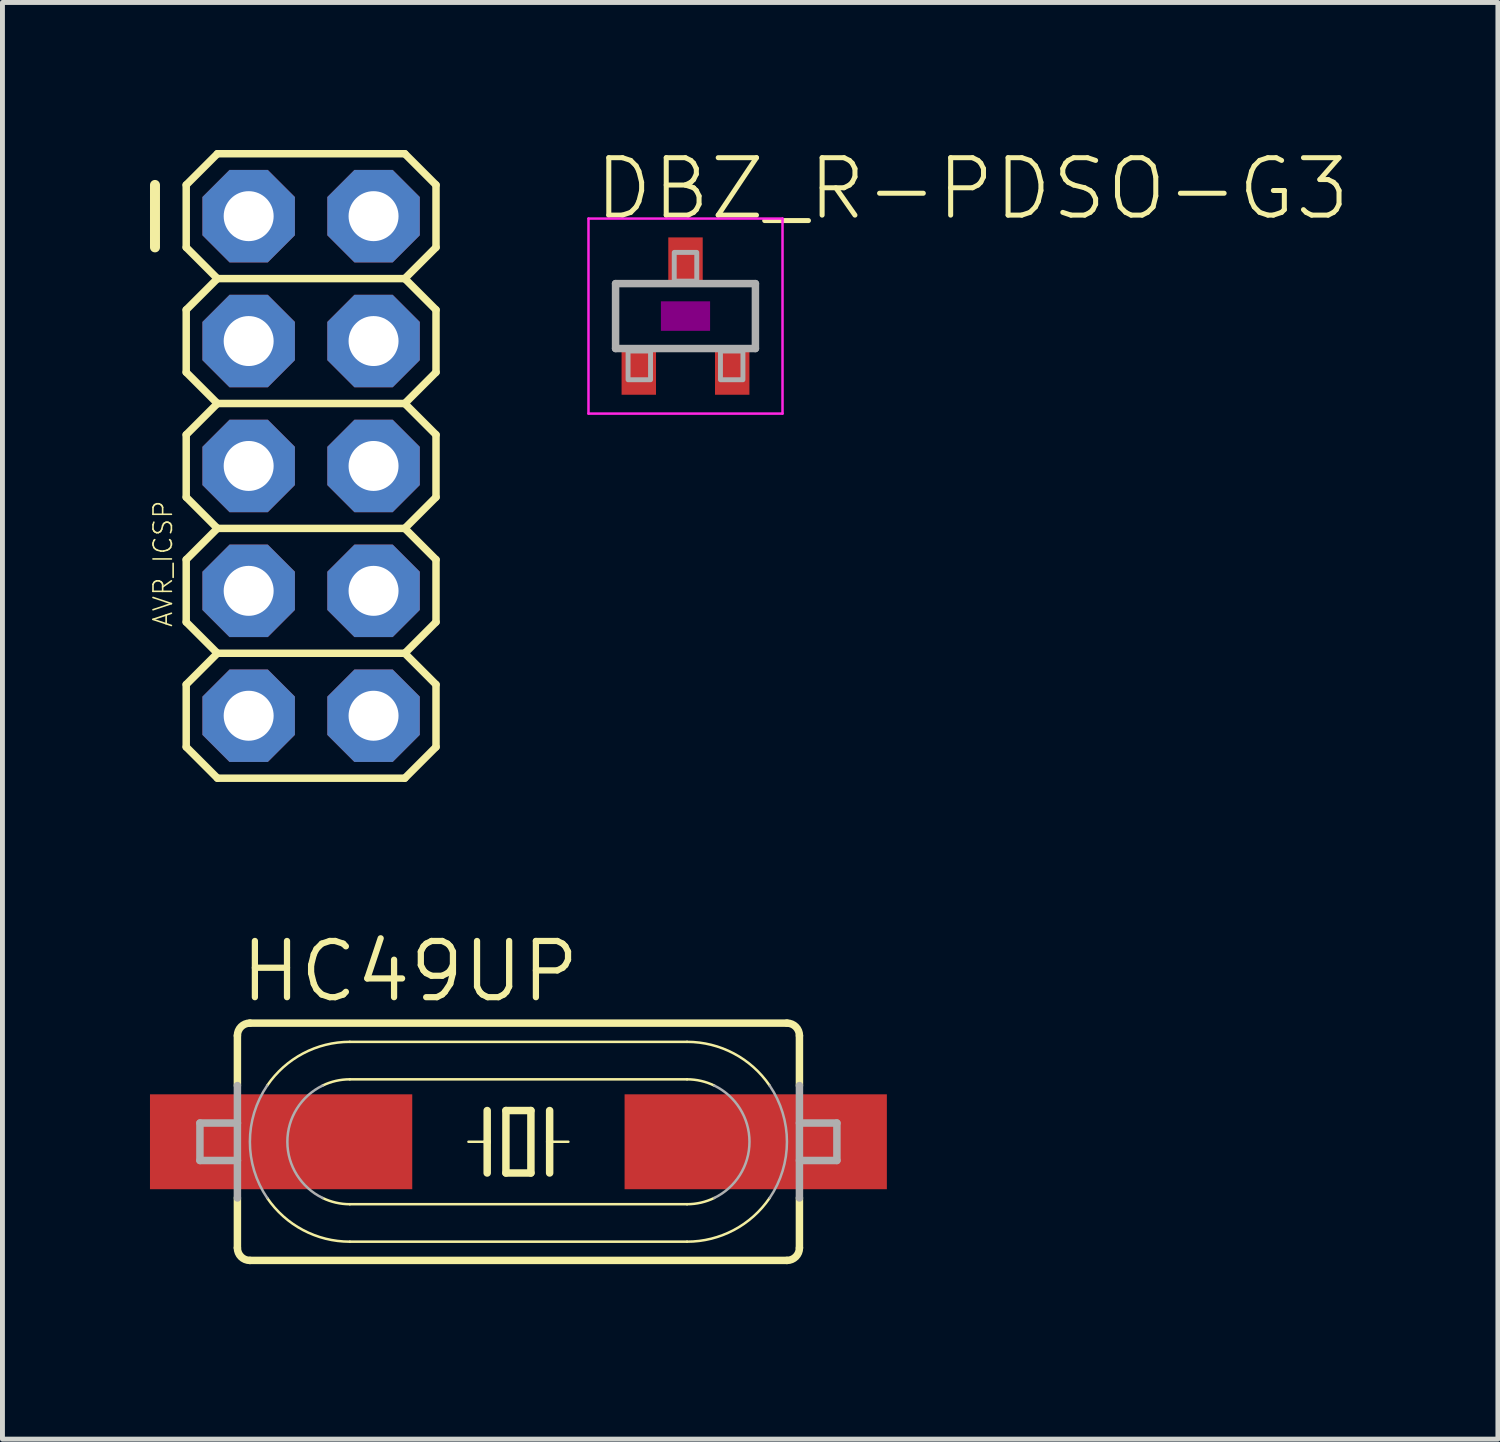
<source format=kicad_pcb>
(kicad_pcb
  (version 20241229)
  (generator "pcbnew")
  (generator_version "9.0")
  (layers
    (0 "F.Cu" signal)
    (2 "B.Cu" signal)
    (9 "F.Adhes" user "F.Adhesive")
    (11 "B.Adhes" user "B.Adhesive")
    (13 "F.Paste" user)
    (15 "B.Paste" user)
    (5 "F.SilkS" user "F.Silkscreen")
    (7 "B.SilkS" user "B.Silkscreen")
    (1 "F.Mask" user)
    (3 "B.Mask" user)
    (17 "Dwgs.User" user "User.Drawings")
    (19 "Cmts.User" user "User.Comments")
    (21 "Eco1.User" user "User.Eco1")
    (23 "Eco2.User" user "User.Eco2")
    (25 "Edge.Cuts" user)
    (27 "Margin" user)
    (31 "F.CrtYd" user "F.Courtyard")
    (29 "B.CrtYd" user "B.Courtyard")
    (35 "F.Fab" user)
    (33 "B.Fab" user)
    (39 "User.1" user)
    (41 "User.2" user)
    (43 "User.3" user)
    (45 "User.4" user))
  (footprint "AVR_ICSP"
    (layer "F.Cu")
    (at 3.277 6.426)
    (property "Reference" "AVR_ICSP" (at -2.794 3.302 90) (layer "F.SilkS") (effects (font (size 0.374 0.374) (thickness 0.033)) (justify left bottom)))
    (fp_line (start -3.175 -5.715) (end -3.175 -4.445) (stroke (width 0.203) (type solid)) (layer "F.SilkS"))
    (fp_line (start -2.54 -5.715) (end -2.54 -4.445) (stroke (width 0.152) (type solid)) (layer "F.SilkS"))
    (fp_line (start -2.54 -4.445) (end -1.905 -3.81) (stroke (width 0.152) (type solid)) (layer "F.SilkS"))
    (fp_line (start -2.54 -3.175) (end -2.54 -1.905) (stroke (width 0.152) (type solid)) (layer "F.SilkS"))
    (fp_line (start -2.54 -1.905) (end -1.905 -1.27) (stroke (width 0.152) (type solid)) (layer "F.SilkS"))
    (fp_line (start -2.54 -0.635) (end -2.54 0.635) (stroke (width 0.152) (type solid)) (layer "F.SilkS"))
    (fp_line (start -2.54 0.635) (end -1.905 1.27) (stroke (width 0.152) (type solid)) (layer "F.SilkS"))
    (fp_line (start -2.54 1.905) (end -2.54 3.175) (stroke (width 0.152) (type solid)) (layer "F.SilkS"))
    (fp_line (start -2.54 3.175) (end -1.905 3.81) (stroke (width 0.152) (type solid)) (layer "F.SilkS"))
    (fp_line (start -2.54 4.445) (end -2.54 5.715) (stroke (width 0.152) (type solid)) (layer "F.SilkS"))
    (fp_line (start -2.54 5.715) (end -1.905 6.35) (stroke (width 0.152) (type solid)) (layer "F.SilkS"))
    (fp_line (start -1.905 -6.35) (end -2.54 -5.715) (stroke (width 0.152) (type solid)) (layer "F.SilkS"))
    (fp_line (start -1.905 -6.35) (end 1.905 -6.35) (stroke (width 0.152) (type solid)) (layer "F.SilkS"))
    (fp_line (start -1.905 -3.81) (end -2.54 -3.175) (stroke (width 0.152) (type solid)) (layer "F.SilkS"))
    (fp_line (start -1.905 -1.27) (end -2.54 -0.635) (stroke (width 0.152) (type solid)) (layer "F.SilkS"))
    (fp_line (start -1.905 1.27) (end -2.54 1.905) (stroke (width 0.152) (type solid)) (layer "F.SilkS"))
    (fp_line (start -1.905 3.81) (end -2.54 4.445) (stroke (width 0.152) (type solid)) (layer "F.SilkS"))
    (fp_line (start 1.905 -6.35) (end 2.54 -5.715) (stroke (width 0.152) (type solid)) (layer "F.SilkS"))
    (fp_line (start 1.905 -3.81) (end -1.905 -3.81) (stroke (width 0.152) (type solid)) (layer "F.SilkS"))
    (fp_line (start 1.905 -3.81) (end 2.54 -3.175) (stroke (width 0.152) (type solid)) (layer "F.SilkS"))
    (fp_line (start 1.905 -1.27) (end -1.905 -1.27) (stroke (width 0.152) (type solid)) (layer "F.SilkS"))
    (fp_line (start 1.905 -1.27) (end 2.54 -0.635) (stroke (width 0.152) (type solid)) (layer "F.SilkS"))
    (fp_line (start 1.905 1.27) (end -1.905 1.27) (stroke (width 0.152) (type solid)) (layer "F.SilkS"))
    (fp_line (start 1.905 1.27) (end 2.54 1.905) (stroke (width 0.152) (type solid)) (layer "F.SilkS"))
    (fp_line (start 1.905 3.81) (end -1.905 3.81) (stroke (width 0.152) (type solid)) (layer "F.SilkS"))
    (fp_line (start 1.905 3.81) (end 2.54 4.445) (stroke (width 0.152) (type solid)) (layer "F.SilkS"))
    (fp_line (start 1.905 6.35) (end -1.905 6.35) (stroke (width 0.152) (type solid)) (layer "F.SilkS"))
    (fp_line (start 2.54 -5.715) (end 2.54 -4.445) (stroke (width 0.152) (type solid)) (layer "F.SilkS"))
    (fp_line (start 2.54 -4.445) (end 1.905 -3.81) (stroke (width 0.152) (type solid)) (layer "F.SilkS"))
    (fp_line (start 2.54 -3.175) (end 2.54 -1.905) (stroke (width 0.152) (type solid)) (layer "F.SilkS"))
    (fp_line (start 2.54 -1.905) (end 1.905 -1.27) (stroke (width 0.152) (type solid)) (layer "F.SilkS"))
    (fp_line (start 2.54 -0.635) (end 2.54 0.635) (stroke (width 0.152) (type solid)) (layer "F.SilkS"))
    (fp_line (start 2.54 0.635) (end 1.905 1.27) (stroke (width 0.152) (type solid)) (layer "F.SilkS"))
    (fp_line (start 2.54 1.905) (end 2.54 3.175) (stroke (width 0.152) (type solid)) (layer "F.SilkS"))
    (fp_line (start 2.54 3.175) (end 1.905 3.81) (stroke (width 0.152) (type solid)) (layer "F.SilkS"))
    (fp_line (start 2.54 4.445) (end 2.54 5.715) (stroke (width 0.152) (type solid)) (layer "F.SilkS"))
    (fp_line (start 2.54 5.715) (end 1.905 6.35) (stroke (width 0.152) (type solid)) (layer "F.SilkS"))
    (fp_poly (pts (xy -1.524 0.254) (xy -1.016 0.254) (xy -1.016 -0.254) (xy -1.524 -0.254)) (stroke (width 0) (type solid)) (fill yes) (layer "F.SilkS"))
    (fp_poly (pts (xy -1.524 -4.826) (xy -1.016 -4.826) (xy -1.016 -5.334) (xy -1.524 -5.334)) (stroke (width 0.1) (type solid)) (fill no) (layer "F.Fab"))
    (fp_poly (pts (xy -1.524 -2.286) (xy -1.016 -2.286) (xy -1.016 -2.794) (xy -1.524 -2.794)) (stroke (width 0.1) (type solid)) (fill no) (layer "F.Fab"))
    (fp_poly (pts (xy -1.524 2.794) (xy -1.016 2.794) (xy -1.016 2.286) (xy -1.524 2.286)) (stroke (width 0.1) (type solid)) (fill no) (layer "F.Fab"))
    (fp_poly (pts (xy -1.524 5.334) (xy -1.016 5.334) (xy -1.016 4.826) (xy -1.524 4.826)) (stroke (width 0.1) (type solid)) (fill no) (layer "F.Fab"))
    (fp_poly (pts (xy 1.016 -4.826) (xy 1.524 -4.826) (xy 1.524 -5.334) (xy 1.016 -5.334)) (stroke (width 0.1) (type solid)) (fill no) (layer "F.Fab"))
    (fp_poly (pts (xy 1.016 -2.286) (xy 1.524 -2.286) (xy 1.524 -2.794) (xy 1.016 -2.794)) (stroke (width 0.1) (type solid)) (fill no) (layer "F.Fab"))
    (fp_poly (pts (xy 1.016 0.254) (xy 1.524 0.254) (xy 1.524 -0.254) (xy 1.016 -0.254)) (stroke (width 0.1) (type solid)) (fill no) (layer "F.Fab"))
    (fp_poly (pts (xy 1.016 2.794) (xy 1.524 2.794) (xy 1.524 2.286) (xy 1.016 2.286)) (stroke (width 0.1) (type solid)) (fill no) (layer "F.Fab"))
    (fp_poly (pts (xy 1.016 5.334) (xy 1.524 5.334) (xy 1.524 4.826) (xy 1.016 4.826)) (stroke (width 0.1) (type solid)) (fill no) (layer "F.Fab"))
    (pad "1" thru_hole roundrect (at -1.27 -5.08 270) (size 1.88 1.88) (drill 1.016) (layers "*.Cu" "*.Mask") (roundrect_rratio 0.25) (chamfer_ratio 0.293) (chamfer top_left top_right bottom_left bottom_right))
    (pad "2" thru_hole roundrect (at 1.27 -5.08 270) (size 1.88 1.88) (drill 1.016) (layers "*.Cu" "*.Mask") (roundrect_rratio 0.25) (chamfer_ratio 0.293) (chamfer top_left top_right bottom_left bottom_right))
    (pad "3" thru_hole roundrect (at -1.27 -2.54 270) (size 1.88 1.88) (drill 1.016) (layers "*.Cu" "*.Mask") (roundrect_rratio 0.25) (chamfer_ratio 0.293) (chamfer top_left top_right bottom_left bottom_right))
    (pad "4" thru_hole roundrect (at 1.27 -2.54 270) (size 1.88 1.88) (drill 1.016) (layers "*.Cu" "*.Mask") (roundrect_rratio 0.25) (chamfer_ratio 0.293) (chamfer top_left top_right bottom_left bottom_right))
    (pad "5" thru_hole roundrect (at -1.27 0 270) (size 1.88 1.88) (drill 1.016) (layers "*.Cu" "*.Mask") (roundrect_rratio 0.25) (chamfer_ratio 0.293) (chamfer top_left top_right bottom_left bottom_right))
    (pad "6" thru_hole roundrect (at 1.27 0 270) (size 1.88 1.88) (drill 1.016) (layers "*.Cu" "*.Mask") (roundrect_rratio 0.25) (chamfer_ratio 0.293) (chamfer top_left top_right bottom_left bottom_right))
    (pad "7" thru_hole roundrect (at -1.27 2.54 270) (size 1.88 1.88) (drill 1.016) (layers "*.Cu" "*.Mask") (roundrect_rratio 0.25) (chamfer_ratio 0.293) (chamfer top_left top_right bottom_left bottom_right))
    (pad "8" thru_hole roundrect (at 1.27 2.54 270) (size 1.88 1.88) (drill 1.016) (layers "*.Cu" "*.Mask") (roundrect_rratio 0.25) (chamfer_ratio 0.293) (chamfer top_left top_right bottom_left bottom_right))
    (pad "9" thru_hole roundrect (at -1.27 5.08 270) (size 1.88 1.88) (drill 1.016) (layers "*.Cu" "*.Mask") (roundrect_rratio 0.25) (chamfer_ratio 0.293) (chamfer top_left top_right bottom_left bottom_right))
    (pad "10" thru_hole roundrect (at 1.27 5.08 270) (size 1.88 1.88) (drill 1.016) (layers "*.Cu" "*.Mask") (roundrect_rratio 0.25) (chamfer_ratio 0.293) (chamfer top_left top_right bottom_left bottom_right)))
  (footprint "DBZ_R-PDSO-G3"
    (layer "F.Cu")
    (at 10.891 3.378)
    (property "Reference" "DBZ_R-PDSO-G3" (at -1.905 -1.905 0) (layer "F.SilkS") (effects (font (size 1.168 1.168) (thickness 0.102)) (justify left bottom)))
    (fp_poly (pts (xy -0.5 0.3) (xy 0.5 0.3) (xy 0.5 -0.3) (xy -0.5 -0.3)) (stroke (width 0) (type solid)) (fill yes) (layer "F.Adhes"))
    (fp_line (start -1.973 -1.983) (end 1.973 -1.983) (stroke (width 0.051) (type solid)) (layer "F.CrtYd"))
    (fp_line (start -1.973 1.983) (end -1.973 -1.983) (stroke (width 0.051) (type solid)) (layer "F.CrtYd"))
    (fp_line (start 1.973 -1.983) (end 1.973 1.983) (stroke (width 0.051) (type solid)) (layer "F.CrtYd"))
    (fp_line (start 1.973 1.983) (end -1.973 1.983) (stroke (width 0.051) (type solid)) (layer "F.CrtYd"))
    (fp_line (start -1.422 -0.66) (end 1.422 -0.66) (stroke (width 0.152) (type solid)) (layer "F.Fab"))
    (fp_line (start -1.422 0.66) (end -1.422 -0.66) (stroke (width 0.152) (type solid)) (layer "F.Fab"))
    (fp_line (start 1.422 -0.66) (end 1.422 0.66) (stroke (width 0.152) (type solid)) (layer "F.Fab"))
    (fp_line (start 1.422 0.66) (end -1.422 0.66) (stroke (width 0.152) (type solid)) (layer "F.Fab"))
    (fp_poly (pts (xy -1.168 1.295) (xy -0.711 1.295) (xy -0.711 0.711) (xy -1.168 0.711)) (stroke (width 0.1) (type solid)) (fill no) (layer "F.Fab"))
    (fp_poly (pts (xy -0.229 -0.711) (xy 0.229 -0.711) (xy 0.229 -1.295) (xy -0.229 -1.295)) (stroke (width 0.1) (type solid)) (fill no) (layer "F.Fab"))
    (fp_poly (pts (xy 0.711 1.295) (xy 1.168 1.295) (xy 1.168 0.711) (xy 0.711 0.711)) (stroke (width 0.1) (type solid)) (fill no) (layer "F.Fab"))
    (pad "1" smd rect (at -0.95 1.1) (size 0.7 1) (layers "F.Cu" "F.Mask" "F.Paste"))
    (pad "2" smd rect (at 0.95 1.1) (size 0.7 1) (layers "F.Cu" "F.Mask" "F.Paste"))
    (pad "3" smd rect (at 0 -1.1) (size 0.7 1) (layers "F.Cu" "F.Mask" "F.Paste")))
  (footprint "HC49UP"
    (layer "F.Cu")
    (at 7.493 20.17)
    (property "Reference" "HC49UP" (at -5.715 -2.794 0) (layer "F.SilkS") (effects (font (size 1.143 1.143) (thickness 0.127)) (justify left bottom)))
    (fp_line (start -5.715 -1.143) (end -5.715 -2.159) (stroke (width 0.152) (type solid)) (layer "F.SilkS"))
    (fp_line (start -5.715 2.159) (end -5.715 1.143) (stroke (width 0.152) (type solid)) (layer "F.SilkS"))
    (fp_line (start -3.429 -2.032) (end 3.429 -2.032) (stroke (width 0.051) (type solid)) (layer "F.SilkS"))
    (fp_line (start -3.429 -1.27) (end 3.429 -1.27) (stroke (width 0.051) (type solid)) (layer "F.SilkS"))
    (fp_line (start -0.635 -0.635) (end -0.635 0) (stroke (width 0.152) (type solid)) (layer "F.SilkS"))
    (fp_line (start -0.635 0) (end -1.016 0) (stroke (width 0.051) (type solid)) (layer "F.SilkS"))
    (fp_line (start -0.635 0) (end -0.635 0.635) (stroke (width 0.152) (type solid)) (layer "F.SilkS"))
    (fp_line (start -0.254 -0.635) (end -0.254 0.635) (stroke (width 0.152) (type solid)) (layer "F.SilkS"))
    (fp_line (start -0.254 0.635) (end 0.254 0.635) (stroke (width 0.152) (type solid)) (layer "F.SilkS"))
    (fp_line (start 0.254 -0.635) (end -0.254 -0.635) (stroke (width 0.152) (type solid)) (layer "F.SilkS"))
    (fp_line (start 0.254 0.635) (end 0.254 -0.635) (stroke (width 0.152) (type solid)) (layer "F.SilkS"))
    (fp_line (start 0.635 -0.635) (end 0.635 0) (stroke (width 0.152) (type solid)) (layer "F.SilkS"))
    (fp_line (start 0.635 0) (end 0.635 0.635) (stroke (width 0.152) (type solid)) (layer "F.SilkS"))
    (fp_line (start 0.635 0) (end 1.016 0) (stroke (width 0.051) (type solid)) (layer "F.SilkS"))
    (fp_line (start 3.429 1.27) (end -3.429 1.27) (stroke (width 0.051) (type solid)) (layer "F.SilkS"))
    (fp_line (start 3.429 2.032) (end -3.429 2.032) (stroke (width 0.051) (type solid)) (layer "F.SilkS"))
    (fp_line (start 5.461 -2.413) (end -5.461 -2.413) (stroke (width 0.152) (type solid)) (layer "F.SilkS"))
    (fp_line (start 5.461 2.413) (end -5.461 2.413) (stroke (width 0.152) (type solid)) (layer "F.SilkS"))
    (fp_line (start 5.715 -1.143) (end 5.715 -2.159) (stroke (width 0.152) (type solid)) (layer "F.SilkS"))
    (fp_line (start 5.715 2.159) (end 5.715 1.143) (stroke (width 0.152) (type solid)) (layer "F.SilkS"))
    (fp_arc (start -5.715 -2.159) (mid -5.640605 -2.338605) (end -5.461 -2.413) (stroke (width 0.1524) (type solid)) (layer "F.SilkS"))
    (fp_arc (start -5.461 2.413) (mid -5.640605 2.338605) (end -5.715 2.159) (stroke (width 0.1524) (type solid)) (layer "F.SilkS"))
    (fp_arc (start -5.1091 -1.143) (mid -4.379417 -1.796107) (end -3.429 -2.032101) (stroke (width 0.0508) (type solid)) (layer "F.SilkS"))
    (fp_arc (start -3.9826 -1.143) (mid -3.712991 -1.237845) (end -3.429 -1.27) (stroke (width 0.0508) (type solid)) (layer "F.SilkS"))
    (fp_arc (start -3.429 1.27) (mid -3.712991 1.237845) (end -3.9826 1.143) (stroke (width 0.0508) (type solid)) (layer "F.SilkS"))
    (fp_arc (start -3.429 2.032001) (mid -4.379408 1.796063) (end -5.1091 1.143) (stroke (width 0.0508) (type solid)) (layer "F.SilkS"))
    (fp_arc (start 3.429 -2.032) (mid 4.379408 -1.796062) (end 5.1091 -1.142999) (stroke (width 0.0508) (type solid)) (layer "F.SilkS"))
    (fp_arc (start 3.429 -1.27) (mid 3.712991 -1.237845) (end 3.9826 -1.143) (stroke (width 0.0508) (type solid)) (layer "F.SilkS"))
    (fp_arc (start 3.9826 1.143) (mid 3.712991 1.237845) (end 3.429 1.27) (stroke (width 0.0508) (type solid)) (layer "F.SilkS"))
    (fp_arc (start 5.109 1.142899) (mid 4.379368 1.795994) (end 3.429 2.032) (stroke (width 0.0508) (type solid)) (layer "F.SilkS"))
    (fp_arc (start 5.461 -2.413) (mid 5.640605 -2.338605) (end 5.715 -2.159) (stroke (width 0.1524) (type solid)) (layer "F.SilkS"))
    (fp_arc (start 5.715 2.159) (mid 5.640605 2.338605) (end 5.461 2.413) (stroke (width 0.1524) (type solid)) (layer "F.SilkS"))
    (fp_line (start -6.477 0.381) (end -6.477 -0.381) (stroke (width 0.152) (type solid)) (layer "F.Fab"))
    (fp_line (start -5.715 -0.381) (end -6.477 -0.381) (stroke (width 0.152) (type solid)) (layer "F.Fab"))
    (fp_line (start -5.715 -0.381) (end -5.715 -1.143) (stroke (width 0.152) (type solid)) (layer "F.Fab"))
    (fp_line (start -5.715 0.381) (end -6.477 0.381) (stroke (width 0.152) (type solid)) (layer "F.Fab"))
    (fp_line (start -5.715 0.381) (end -5.715 -0.381) (stroke (width 0.152) (type solid)) (layer "F.Fab"))
    (fp_line (start -5.715 1.143) (end -5.715 0.381) (stroke (width 0.152) (type solid)) (layer "F.Fab"))
    (fp_line (start 5.715 -0.381) (end 6.477 -0.381) (stroke (width 0.152) (type solid)) (layer "F.Fab"))
    (fp_line (start 5.715 0.381) (end 6.477 0.381) (stroke (width 0.152) (type solid)) (layer "F.Fab"))
    (fp_line (start 5.715 1.143) (end 5.715 -1.143) (stroke (width 0.152) (type solid)) (layer "F.Fab"))
    (fp_line (start 6.477 0.381) (end 6.477 -0.381) (stroke (width 0.152) (type solid)) (layer "F.Fab"))
    (fp_arc (start -5.1091 1.143) (mid -5.46104 0) (end -5.1091 -1.143) (stroke (width 0.0508) (type solid)) (layer "F.Fab"))
    (fp_arc (start -3.9826 1.143) (mid -4.699009 0) (end -3.9826 -1.143) (stroke (width 0.0508) (type solid)) (layer "F.Fab"))
    (fp_arc (start 3.9826 -1.143) (mid 4.699009 0) (end 3.9826 1.143) (stroke (width 0.0508) (type solid)) (layer "F.Fab"))
    (fp_arc (start 5.1091 -1.143) (mid 5.46104 0) (end 5.1091 1.143) (stroke (width 0.0508) (type solid)) (layer "F.Fab"))
    (pad "1" smd rect (at -4.826 0) (size 5.334 1.93) (layers "F.Cu" "F.Mask" "F.Paste"))
    (pad "2" smd rect (at 4.826 0) (size 5.334 1.93) (layers "F.Cu" "F.Mask" "F.Paste"))
    (zone (net_name "") (layers "F.Cu" "B.Cu") (hatch edge 0.508) (connect_pads) (min_thickness 0.254) (filled_areas_thickness no) (keepout (tracks allowed) (vias not_allowed) (pads allowed) (copperpour allowed) (footprints allowed)) (placement (enabled no)) (fill) (polygon (pts (xy 0.889 23.218) (xy 14.097 23.218) (xy 14.097 17.122) (xy 0.889 17.122)))))
  (gr_rect
    (start -3 -3)
    (end 27.413 26.218)
    (stroke (width 0.1) (type default))
    (fill no)
    (layer "Edge.Cuts")))
</source>
